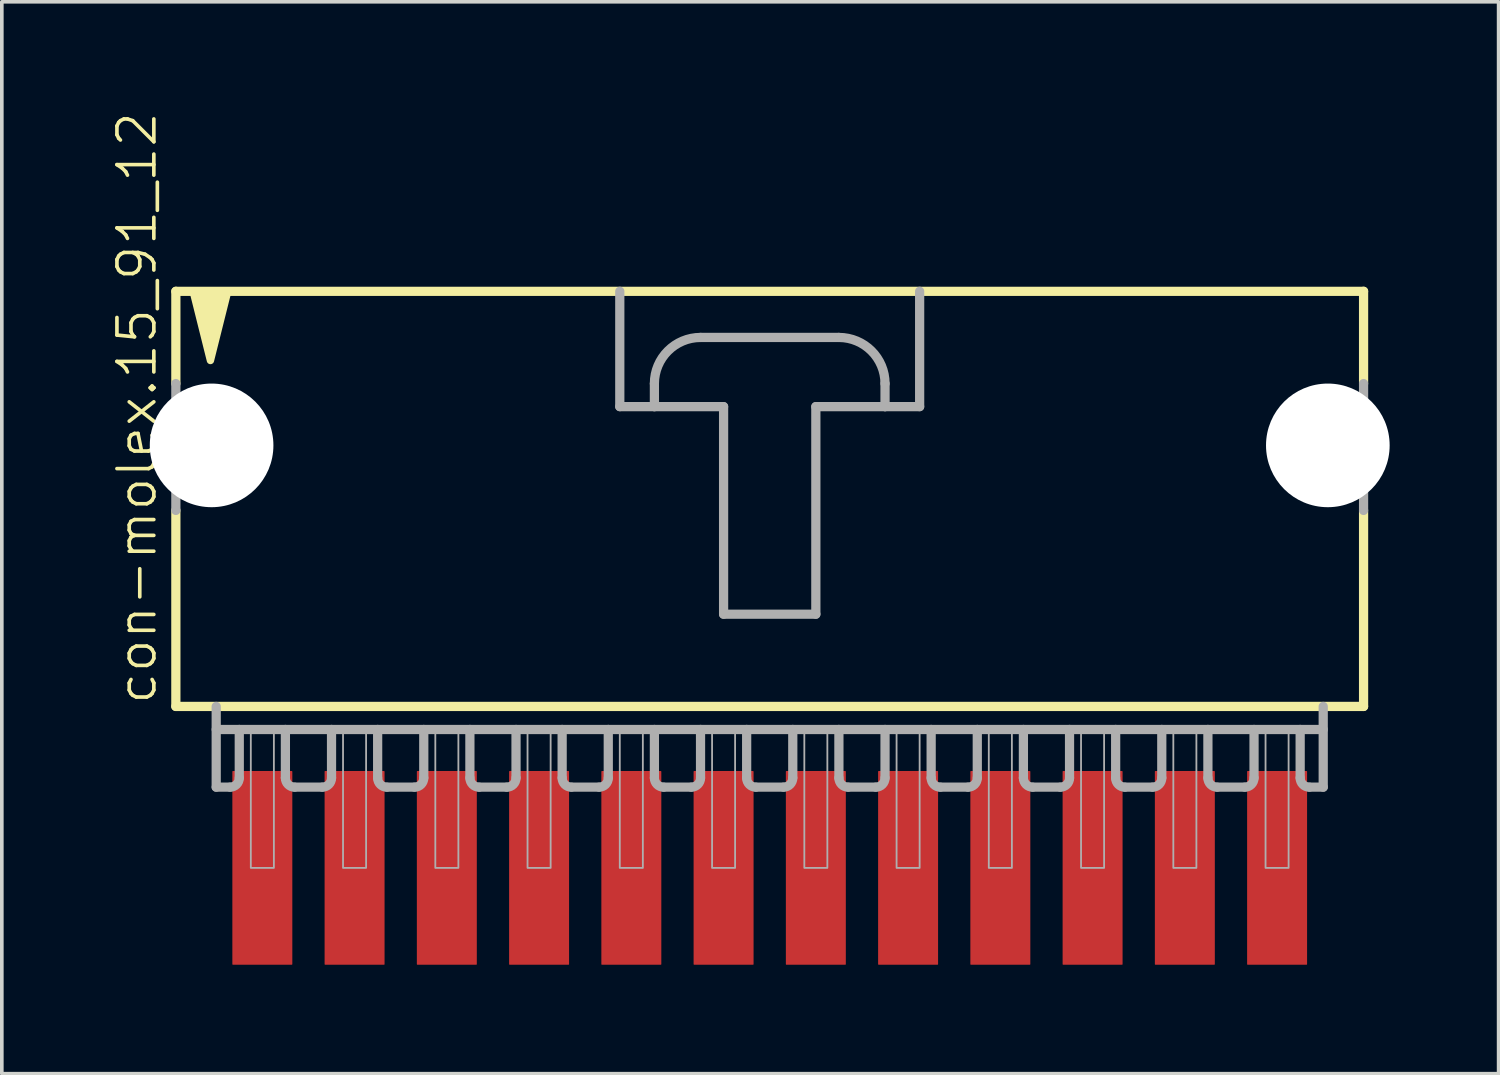
<source format=kicad_pcb>
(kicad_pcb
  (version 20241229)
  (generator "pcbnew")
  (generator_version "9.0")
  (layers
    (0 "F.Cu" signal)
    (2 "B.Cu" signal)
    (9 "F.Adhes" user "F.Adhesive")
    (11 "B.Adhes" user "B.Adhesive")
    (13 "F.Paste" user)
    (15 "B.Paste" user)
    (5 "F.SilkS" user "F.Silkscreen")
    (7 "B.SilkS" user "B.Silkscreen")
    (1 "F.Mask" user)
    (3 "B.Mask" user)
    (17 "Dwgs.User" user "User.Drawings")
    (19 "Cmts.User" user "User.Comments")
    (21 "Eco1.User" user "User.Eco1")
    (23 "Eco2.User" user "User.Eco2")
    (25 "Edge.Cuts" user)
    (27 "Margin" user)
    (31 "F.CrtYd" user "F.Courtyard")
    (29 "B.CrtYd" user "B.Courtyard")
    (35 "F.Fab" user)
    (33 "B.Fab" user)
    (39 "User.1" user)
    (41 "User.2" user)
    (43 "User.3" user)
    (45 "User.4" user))
  (footprint "con-molex.15_91_12"
    (layer "F.Cu")
    (at 18.143 10.051)
    (property "Reference" "con-molex.15_91_12" (at -16.828 6.35 90) (layer "F.SilkS") (effects (font (size 1.016 1.016) (thickness 0.1)) (justify left bottom)))
    (attr smd)
    (fp_line (start -16.351 -5.08) (end -16.351 -2.54) (stroke (width 0.254) (type default)) (layer "F.SilkS"))
    (fp_line (start -16.351 0.953) (end -16.351 6.35) (stroke (width 0.254) (type default)) (layer "F.SilkS"))
    (fp_line (start -16.351 6.35) (end 16.351 6.35) (stroke (width 0.254) (type default)) (layer "F.SilkS"))
    (fp_line (start 16.351 -5.08) (end -16.351 -5.08) (stroke (width 0.254) (type default)) (layer "F.SilkS"))
    (fp_line (start 16.351 -2.54) (end 16.351 -5.08) (stroke (width 0.254) (type default)) (layer "F.SilkS"))
    (fp_line (start 16.351 6.35) (end 16.351 0.953) (stroke (width 0.254) (type default)) (layer "F.SilkS"))
    (fp_poly (pts (xy -15.875 -5.08) (xy -15.399 -3.175) (xy -14.922 -5.08)) (stroke (width 0.203) (type default)) (fill yes) (layer "F.SilkS"))
    (fp_line (start -16.351 -2.54) (end -16.351 0.953) (stroke (width 0.254) (type default)) (layer "F.Fab"))
    (fp_line (start -15.24 6.35) (end -15.24 8.572) (stroke (width 0.254) (type default)) (layer "F.Fab"))
    (fp_line (start -15.24 6.985) (end -14.605 6.985) (stroke (width 0.254) (type default)) (layer "F.Fab"))
    (fp_line (start -14.859 8.572) (end -15.24 8.572) (stroke (width 0.254) (type default)) (layer "F.Fab"))
    (fp_line (start -14.605 6.985) (end -14.605 8.319) (stroke (width 0.254) (type default)) (layer "F.Fab"))
    (fp_line (start -14.605 6.985) (end -13.335 6.985) (stroke (width 0.254) (type default)) (layer "F.Fab"))
    (fp_line (start -13.335 6.985) (end -13.335 8.319) (stroke (width 0.254) (type default)) (layer "F.Fab"))
    (fp_line (start -13.335 6.985) (end -12.065 6.985) (stroke (width 0.254) (type default)) (layer "F.Fab"))
    (fp_line (start -12.319 8.572) (end -13.081 8.572) (stroke (width 0.254) (type default)) (layer "F.Fab"))
    (fp_line (start -12.065 6.985) (end -12.065 8.319) (stroke (width 0.254) (type default)) (layer "F.Fab"))
    (fp_line (start -12.065 6.985) (end -10.795 6.985) (stroke (width 0.254) (type default)) (layer "F.Fab"))
    (fp_line (start -10.795 6.985) (end -10.795 8.319) (stroke (width 0.254) (type default)) (layer "F.Fab"))
    (fp_line (start -10.795 6.985) (end -9.525 6.985) (stroke (width 0.254) (type default)) (layer "F.Fab"))
    (fp_line (start -9.779 8.572) (end -10.541 8.572) (stroke (width 0.254) (type default)) (layer "F.Fab"))
    (fp_line (start -9.525 6.985) (end -9.525 8.319) (stroke (width 0.254) (type default)) (layer "F.Fab"))
    (fp_line (start -9.525 6.985) (end -8.255 6.985) (stroke (width 0.254) (type default)) (layer "F.Fab"))
    (fp_line (start -8.255 6.985) (end -8.255 8.319) (stroke (width 0.254) (type default)) (layer "F.Fab"))
    (fp_line (start -8.255 6.985) (end -6.985 6.985) (stroke (width 0.254) (type default)) (layer "F.Fab"))
    (fp_line (start -7.239 8.572) (end -8.001 8.572) (stroke (width 0.254) (type default)) (layer "F.Fab"))
    (fp_line (start -6.985 6.985) (end -6.985 8.319) (stroke (width 0.254) (type default)) (layer "F.Fab"))
    (fp_line (start -6.985 6.985) (end -5.715 6.985) (stroke (width 0.254) (type default)) (layer "F.Fab"))
    (fp_line (start -5.715 6.985) (end -5.715 8.319) (stroke (width 0.254) (type default)) (layer "F.Fab"))
    (fp_line (start -5.715 6.985) (end -4.445 6.985) (stroke (width 0.254) (type default)) (layer "F.Fab"))
    (fp_line (start -4.699 8.572) (end -5.461 8.572) (stroke (width 0.254) (type default)) (layer "F.Fab"))
    (fp_line (start -4.445 6.985) (end -4.445 8.319) (stroke (width 0.254) (type default)) (layer "F.Fab"))
    (fp_line (start -4.445 6.985) (end -3.175 6.985) (stroke (width 0.254) (type default)) (layer "F.Fab"))
    (fp_line (start -4.128 -5.08) (end -4.128 -1.905) (stroke (width 0.254) (type default)) (layer "F.Fab"))
    (fp_line (start -4.128 -1.905) (end -3.175 -1.905) (stroke (width 0.254) (type default)) (layer "F.Fab"))
    (fp_line (start -3.175 -1.905) (end -3.175 -2.54) (stroke (width 0.254) (type default)) (layer "F.Fab"))
    (fp_line (start -3.175 -1.905) (end -1.27 -1.905) (stroke (width 0.254) (type default)) (layer "F.Fab"))
    (fp_line (start -3.175 6.985) (end -3.175 8.319) (stroke (width 0.254) (type default)) (layer "F.Fab"))
    (fp_line (start -3.175 6.985) (end -1.905 6.985) (stroke (width 0.254) (type default)) (layer "F.Fab"))
    (fp_line (start -2.159 8.572) (end -2.921 8.572) (stroke (width 0.254) (type default)) (layer "F.Fab"))
    (fp_line (start -1.905 -3.81) (end 1.905 -3.81) (stroke (width 0.254) (type default)) (layer "F.Fab"))
    (fp_line (start -1.905 6.985) (end -1.905 8.319) (stroke (width 0.254) (type default)) (layer "F.Fab"))
    (fp_line (start -1.905 6.985) (end -0.635 6.985) (stroke (width 0.254) (type default)) (layer "F.Fab"))
    (fp_line (start -1.27 -1.905) (end -1.27 3.81) (stroke (width 0.254) (type default)) (layer "F.Fab"))
    (fp_line (start -1.27 3.81) (end 1.27 3.81) (stroke (width 0.254) (type default)) (layer "F.Fab"))
    (fp_line (start -0.635 6.985) (end -0.635 8.319) (stroke (width 0.254) (type default)) (layer "F.Fab"))
    (fp_line (start -0.635 6.985) (end 0.635 6.985) (stroke (width 0.254) (type default)) (layer "F.Fab"))
    (fp_line (start 0.381 8.572) (end -0.381 8.572) (stroke (width 0.254) (type default)) (layer "F.Fab"))
    (fp_line (start 0.635 6.985) (end 0.635 8.319) (stroke (width 0.254) (type default)) (layer "F.Fab"))
    (fp_line (start 0.635 6.985) (end 1.905 6.985) (stroke (width 0.254) (type default)) (layer "F.Fab"))
    (fp_line (start 1.27 -1.905) (end 3.175 -1.905) (stroke (width 0.254) (type default)) (layer "F.Fab"))
    (fp_line (start 1.27 3.81) (end 1.27 -1.905) (stroke (width 0.254) (type default)) (layer "F.Fab"))
    (fp_line (start 1.905 6.985) (end 1.905 8.319) (stroke (width 0.254) (type default)) (layer "F.Fab"))
    (fp_line (start 1.905 6.985) (end 3.175 6.985) (stroke (width 0.254) (type default)) (layer "F.Fab"))
    (fp_line (start 2.921 8.572) (end 2.159 8.572) (stroke (width 0.254) (type default)) (layer "F.Fab"))
    (fp_line (start 3.175 -2.54) (end 3.175 -1.905) (stroke (width 0.254) (type default)) (layer "F.Fab"))
    (fp_line (start 3.175 -1.905) (end 4.128 -1.905) (stroke (width 0.254) (type default)) (layer "F.Fab"))
    (fp_line (start 3.175 6.985) (end 3.175 8.319) (stroke (width 0.254) (type default)) (layer "F.Fab"))
    (fp_line (start 3.175 6.985) (end 4.445 6.985) (stroke (width 0.254) (type default)) (layer "F.Fab"))
    (fp_line (start 4.128 -1.905) (end 4.128 -5.08) (stroke (width 0.254) (type default)) (layer "F.Fab"))
    (fp_line (start 4.445 6.985) (end 4.445 8.319) (stroke (width 0.254) (type default)) (layer "F.Fab"))
    (fp_line (start 4.445 6.985) (end 5.715 6.985) (stroke (width 0.254) (type default)) (layer "F.Fab"))
    (fp_line (start 5.461 8.572) (end 4.699 8.572) (stroke (width 0.254) (type default)) (layer "F.Fab"))
    (fp_line (start 5.715 6.985) (end 5.715 8.319) (stroke (width 0.254) (type default)) (layer "F.Fab"))
    (fp_line (start 5.715 6.985) (end 6.985 6.985) (stroke (width 0.254) (type default)) (layer "F.Fab"))
    (fp_line (start 6.985 6.985) (end 6.985 8.319) (stroke (width 0.254) (type default)) (layer "F.Fab"))
    (fp_line (start 6.985 6.985) (end 8.255 6.985) (stroke (width 0.254) (type default)) (layer "F.Fab"))
    (fp_line (start 8.001 8.572) (end 7.239 8.572) (stroke (width 0.254) (type default)) (layer "F.Fab"))
    (fp_line (start 8.255 6.985) (end 8.255 8.319) (stroke (width 0.254) (type default)) (layer "F.Fab"))
    (fp_line (start 8.255 6.985) (end 9.525 6.985) (stroke (width 0.254) (type default)) (layer "F.Fab"))
    (fp_line (start 9.525 6.985) (end 9.525 8.319) (stroke (width 0.254) (type default)) (layer "F.Fab"))
    (fp_line (start 9.525 6.985) (end 10.795 6.985) (stroke (width 0.254) (type default)) (layer "F.Fab"))
    (fp_line (start 10.541 8.572) (end 9.779 8.572) (stroke (width 0.254) (type default)) (layer "F.Fab"))
    (fp_line (start 10.795 6.985) (end 10.795 8.319) (stroke (width 0.254) (type default)) (layer "F.Fab"))
    (fp_line (start 10.795 6.985) (end 12.065 6.985) (stroke (width 0.254) (type default)) (layer "F.Fab"))
    (fp_line (start 12.065 6.985) (end 12.065 8.319) (stroke (width 0.254) (type default)) (layer "F.Fab"))
    (fp_line (start 12.065 6.985) (end 13.335 6.985) (stroke (width 0.254) (type default)) (layer "F.Fab"))
    (fp_line (start 13.081 8.572) (end 12.319 8.572) (stroke (width 0.254) (type default)) (layer "F.Fab"))
    (fp_line (start 13.335 6.985) (end 13.335 8.319) (stroke (width 0.254) (type default)) (layer "F.Fab"))
    (fp_line (start 13.335 6.985) (end 14.605 6.985) (stroke (width 0.254) (type default)) (layer "F.Fab"))
    (fp_line (start 14.605 6.985) (end 14.605 8.319) (stroke (width 0.254) (type default)) (layer "F.Fab"))
    (fp_line (start 14.605 6.985) (end 15.24 6.985) (stroke (width 0.254) (type default)) (layer "F.Fab"))
    (fp_line (start 14.859 8.572) (end 15.24 8.572) (stroke (width 0.254) (type default)) (layer "F.Fab"))
    (fp_line (start 15.24 8.572) (end 15.24 6.35) (stroke (width 0.254) (type default)) (layer "F.Fab"))
    (fp_line (start 16.351 -2.54) (end 16.351 0.953) (stroke (width 0.254) (type default)) (layer "F.Fab"))
    (fp_rect (start -14.287 10.795) (end -13.652 6.985) (stroke (width 0.05) (type default)) (fill no) (layer "F.Fab"))
    (fp_rect (start -11.748 10.795) (end -11.113 6.985) (stroke (width 0.05) (type default)) (fill no) (layer "F.Fab"))
    (fp_rect (start -9.207 10.795) (end -8.572 6.985) (stroke (width 0.05) (type default)) (fill no) (layer "F.Fab"))
    (fp_rect (start -6.668 10.795) (end -6.032 6.985) (stroke (width 0.05) (type default)) (fill no) (layer "F.Fab"))
    (fp_rect (start -4.128 10.795) (end -3.493 6.985) (stroke (width 0.05) (type default)) (fill no) (layer "F.Fab"))
    (fp_rect (start -1.587 10.795) (end -0.953 6.985) (stroke (width 0.05) (type default)) (fill no) (layer "F.Fab"))
    (fp_rect (start 0.953 10.795) (end 1.587 6.985) (stroke (width 0.05) (type default)) (fill no) (layer "F.Fab"))
    (fp_rect (start 3.493 10.795) (end 4.128 6.985) (stroke (width 0.05) (type default)) (fill no) (layer "F.Fab"))
    (fp_rect (start 6.032 10.795) (end 6.668 6.985) (stroke (width 0.05) (type default)) (fill no) (layer "F.Fab"))
    (fp_rect (start 8.572 10.795) (end 9.207 6.985) (stroke (width 0.05) (type default)) (fill no) (layer "F.Fab"))
    (fp_rect (start 11.113 10.795) (end 11.748 6.985) (stroke (width 0.05) (type default)) (fill no) (layer "F.Fab"))
    (fp_rect (start 13.652 10.795) (end 14.287 6.985) (stroke (width 0.05) (type default)) (fill no) (layer "F.Fab"))
    (fp_arc (start -14.605 8.3185) (mid -14.679395 8.498105) (end -14.859 8.5725) (stroke (width 0.254) (type default)) (layer "F.Fab"))
    (fp_arc (start -13.081 8.5725) (mid -13.260605 8.498105) (end -13.335 8.3185) (stroke (width 0.254) (type default)) (layer "F.Fab"))
    (fp_arc (start -12.065 8.3185) (mid -12.139395 8.498105) (end -12.319 8.5725) (stroke (width 0.254) (type default)) (layer "F.Fab"))
    (fp_arc (start -10.541 8.5725) (mid -10.720605 8.498105) (end -10.795 8.3185) (stroke (width 0.254) (type default)) (layer "F.Fab"))
    (fp_arc (start -9.525 8.3185) (mid -9.599395 8.498105) (end -9.779 8.5725) (stroke (width 0.254) (type default)) (layer "F.Fab"))
    (fp_arc (start -8.001 8.5725) (mid -8.180605 8.498105) (end -8.255 8.3185) (stroke (width 0.254) (type default)) (layer "F.Fab"))
    (fp_arc (start -6.985 8.3185) (mid -7.059395 8.498105) (end -7.239 8.5725) (stroke (width 0.254) (type default)) (layer "F.Fab"))
    (fp_arc (start -5.461 8.5725) (mid -5.640605 8.498105) (end -5.715 8.3185) (stroke (width 0.254) (type default)) (layer "F.Fab"))
    (fp_arc (start -4.445 8.3185) (mid -4.519395 8.498105) (end -4.699 8.5725) (stroke (width 0.254) (type default)) (layer "F.Fab"))
    (fp_arc (start -3.175 -2.54) (mid -2.803026 -3.438026) (end -1.905 -3.81) (stroke (width 0.254) (type default)) (layer "F.Fab"))
    (fp_arc (start -2.921 8.5725) (mid -3.100605 8.498105) (end -3.175 8.3185) (stroke (width 0.254) (type default)) (layer "F.Fab"))
    (fp_arc (start -1.905 8.3185) (mid -1.979395 8.498105) (end -2.159 8.5725) (stroke (width 0.254) (type default)) (layer "F.Fab"))
    (fp_arc (start -0.381 8.5725) (mid -0.560605 8.498105) (end -0.635 8.3185) (stroke (width 0.254) (type default)) (layer "F.Fab"))
    (fp_arc (start 0.635 8.3185) (mid 0.560605 8.498105) (end 0.381 8.5725) (stroke (width 0.254) (type default)) (layer "F.Fab"))
    (fp_arc (start 1.905 -3.81) (mid 2.803026 -3.438026) (end 3.175 -2.54) (stroke (width 0.254) (type default)) (layer "F.Fab"))
    (fp_arc (start 2.159 8.5725) (mid 1.979395 8.498105) (end 1.905 8.3185) (stroke (width 0.254) (type default)) (layer "F.Fab"))
    (fp_arc (start 3.175 8.3185) (mid 3.100605 8.498105) (end 2.921 8.5725) (stroke (width 0.254) (type default)) (layer "F.Fab"))
    (fp_arc (start 4.699 8.5725) (mid 4.519395 8.498105) (end 4.445 8.3185) (stroke (width 0.254) (type default)) (layer "F.Fab"))
    (fp_arc (start 5.715 8.3185) (mid 5.640605 8.498105) (end 5.461 8.5725) (stroke (width 0.254) (type default)) (layer "F.Fab"))
    (fp_arc (start 7.239 8.5725) (mid 7.059395 8.498105) (end 6.985 8.3185) (stroke (width 0.254) (type default)) (layer "F.Fab"))
    (fp_arc (start 8.255 8.3185) (mid 8.180605 8.498105) (end 8.001 8.5725) (stroke (width 0.254) (type default)) (layer "F.Fab"))
    (fp_arc (start 9.779 8.5725) (mid 9.599395 8.498105) (end 9.525 8.3185) (stroke (width 0.254) (type default)) (layer "F.Fab"))
    (fp_arc (start 10.795 8.3185) (mid 10.720605 8.498105) (end 10.541 8.5725) (stroke (width 0.254) (type default)) (layer "F.Fab"))
    (fp_arc (start 12.319 8.5725) (mid 12.139395 8.498105) (end 12.065 8.3185) (stroke (width 0.254) (type default)) (layer "F.Fab"))
    (fp_arc (start 13.335 8.3185) (mid 13.260605 8.498105) (end 13.081 8.5725) (stroke (width 0.254) (type default)) (layer "F.Fab"))
    (fp_arc (start 14.859 8.5725) (mid 14.679395 8.498105) (end 14.605 8.3185) (stroke (width 0.254) (type default)) (layer "F.Fab"))
    (pad "" np_thru_hole circle (at -15.367 -0.838) (size 3.404 3.404) (drill 3.404) (layers "*.Cu" "*.Mask"))
    (pad "" np_thru_hole circle (at 15.367 -0.838) (size 3.404 3.404) (drill 3.404) (layers "*.Cu" "*.Mask"))
    (pad "1" smd roundrect (at -13.97 10.795 90) (size 5.334 1.651) (layers "F.Cu" "F.Mask" "F.Paste") (roundrect_rratio 0.01))
    (pad "2" smd roundrect (at -11.43 10.795 90) (size 5.334 1.651) (layers "F.Cu" "F.Mask" "F.Paste") (roundrect_rratio 0.01))
    (pad "3" smd roundrect (at -8.89 10.795 90) (size 5.334 1.651) (layers "F.Cu" "F.Mask" "F.Paste") (roundrect_rratio 0.01))
    (pad "4" smd roundrect (at -6.35 10.795 90) (size 5.334 1.651) (layers "F.Cu" "F.Mask" "F.Paste") (roundrect_rratio 0.01))
    (pad "5" smd roundrect (at -3.81 10.795 90) (size 5.334 1.651) (layers "F.Cu" "F.Mask" "F.Paste") (roundrect_rratio 0.01))
    (pad "6" smd roundrect (at -1.27 10.795 90) (size 5.334 1.651) (layers "F.Cu" "F.Mask" "F.Paste") (roundrect_rratio 0.01))
    (pad "7" smd roundrect (at 1.27 10.795 90) (size 5.334 1.651) (layers "F.Cu" "F.Mask" "F.Paste") (roundrect_rratio 0.01))
    (pad "8" smd roundrect (at 3.81 10.795 90) (size 5.334 1.651) (layers "F.Cu" "F.Mask" "F.Paste") (roundrect_rratio 0.01))
    (pad "9" smd roundrect (at 6.35 10.795 90) (size 5.334 1.651) (layers "F.Cu" "F.Mask" "F.Paste") (roundrect_rratio 0.01))
    (pad "10" smd roundrect (at 8.89 10.795 90) (size 5.334 1.651) (layers "F.Cu" "F.Mask" "F.Paste") (roundrect_rratio 0.01))
    (pad "11" smd roundrect (at 11.43 10.795 90) (size 5.334 1.651) (layers "F.Cu" "F.Mask" "F.Paste") (roundrect_rratio 0.01))
    (pad "12" smd roundrect (at 13.97 10.795 90) (size 5.334 1.651) (layers "F.Cu" "F.Mask" "F.Paste") (roundrect_rratio 0.01)))
  (gr_rect
    (start -3 -3)
    (end 38.212 26.513)
    (stroke (width 0.1) (type default))
    (fill no)
    (layer "Edge.Cuts")))
</source>
